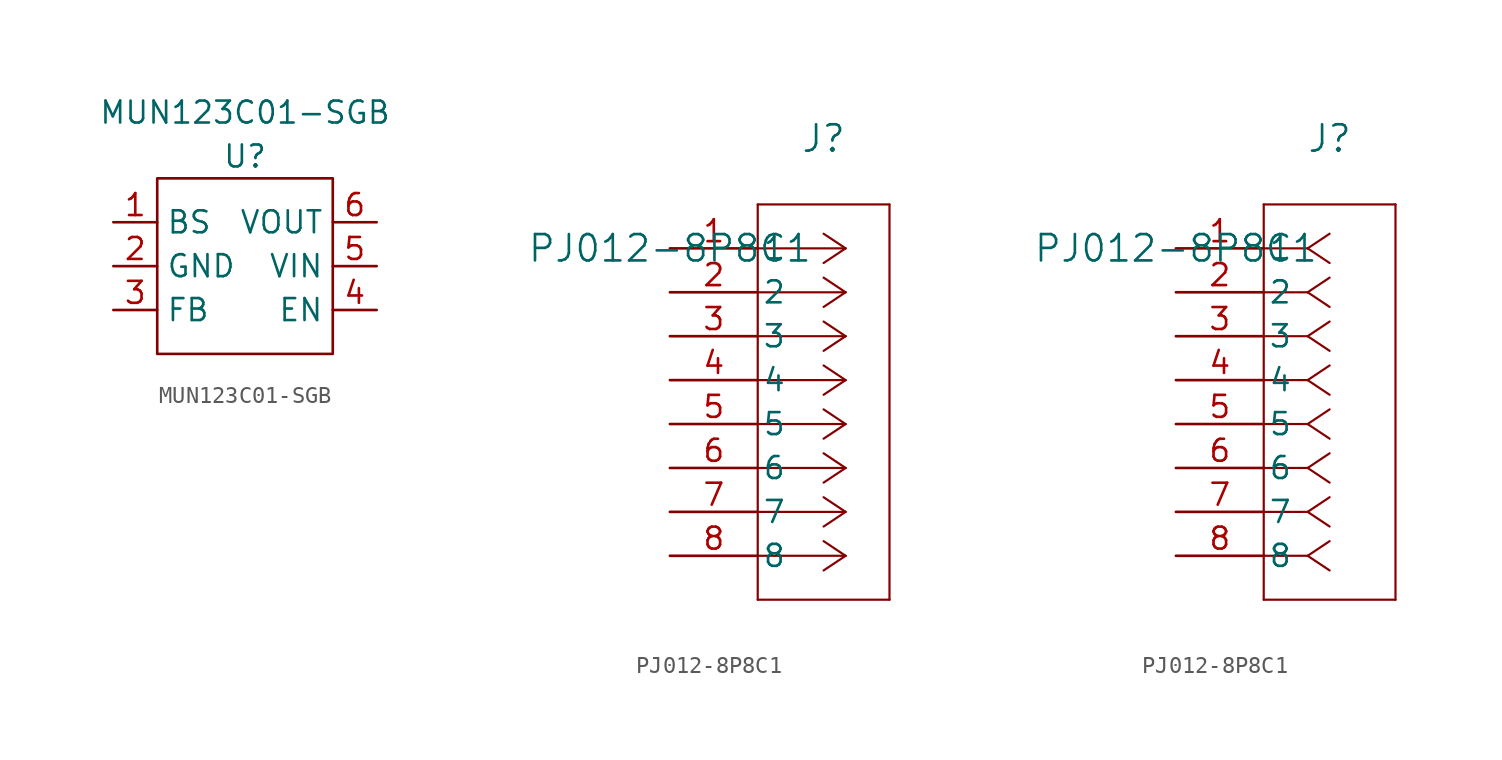
<source format=kicad_sym>
(kicad_symbol_lib
  (version 20211014)
  (generator kicad_symbol_editor)
  (symbol "MUN123C01-SGB"
    (property "Reference" "U"
      (at 0 6.35 0)
      (effects (font (size 1.27 1.27))))
    (property "Value" "MUN123C01-SGB"
      (at 0 8.89 0)
      (effects (font (size 1.27 1.27))))
    (symbol "MUN123C01-SGB_0_1"
      (rectangle (start -5.08 5.08) (end 5.08 -5.08) (stroke (width 0) (type default) (color 0 0 0 0)) (fill (type none))))
    (symbol "MUN123C01-SGB_1_1"
      (pin input line (at -7.62 2.54 0) (length 2.54) (name "BS" (effects (font (size 1.27 1.27)))) (number "1" (effects (font (size 1.27 1.27)))))
      (pin input line (at -7.62 0 0) (length 2.54) (name "GND" (effects (font (size 1.27 1.27)))) (number "2" (effects (font (size 1.27 1.27)))))
      (pin input line (at -7.62 -2.54 0) (length 2.54) (name "FB" (effects (font (size 1.27 1.27)))) (number "3" (effects (font (size 1.27 1.27)))))
      (pin input line (at 7.62 -2.54 180) (length 2.54) (name "EN" (effects (font (size 1.27 1.27)))) (number "4" (effects (font (size 1.27 1.27)))))
      (pin input line (at 7.62 0 180) (length 2.54) (name "VIN" (effects (font (size 1.27 1.27)))) (number "5" (effects (font (size 1.27 1.27)))))
      (pin input line (at 7.62 2.54 180) (length 2.54) (name "VOUT" (effects (font (size 1.27 1.27)))) (number "6" (effects (font (size 1.27 1.27)))))))
  (symbol "PJ012-8P8C1"
    (pin_names
      (offset 0.254))
    (property "Reference" "J"
      (at 8.89 6.35 0)
      (effects (font (size 1.524 1.524))))
    (property "Value" "PJ012-8P8C1"
      (at 0 0 0)
      (effects (font (size 1.524 1.524))))
    (property "ki_locked" ""
      (at 0 0 0)
      (effects (font (size 1.27 1.27))))
    (symbol "PJ012-8P8C1_1_1"
      (polyline (pts (xy 5.08 -20.32) (xy 12.7 -20.32)) (stroke (width 0.127) (type default) (color 0 0 0 0)) (fill (type none)))
      (polyline (pts (xy 5.08 2.54) (xy 5.08 -20.32)) (stroke (width 0.127) (type default) (color 0 0 0 0)) (fill (type none)))
      (polyline (pts (xy 10.16 -17.78) (xy 5.08 -17.78)) (stroke (width 0.127) (type default) (color 0 0 0 0)) (fill (type none)))
      (polyline (pts (xy 10.16 -17.78) (xy 8.89 -18.627)) (stroke (width 0.127) (type default) (color 0 0 0 0)) (fill (type none)))
      (polyline (pts (xy 10.16 -17.78) (xy 8.89 -16.933)) (stroke (width 0.127) (type default) (color 0 0 0 0)) (fill (type none)))
      (polyline (pts (xy 10.16 -15.24) (xy 5.08 -15.24)) (stroke (width 0.127) (type default) (color 0 0 0 0)) (fill (type none)))
      (polyline (pts (xy 10.16 -15.24) (xy 8.89 -16.087)) (stroke (width 0.127) (type default) (color 0 0 0 0)) (fill (type none)))
      (polyline (pts (xy 10.16 -15.24) (xy 8.89 -14.393)) (stroke (width 0.127) (type default) (color 0 0 0 0)) (fill (type none)))
      (polyline (pts (xy 10.16 -12.7) (xy 5.08 -12.7)) (stroke (width 0.127) (type default) (color 0 0 0 0)) (fill (type none)))
      (polyline (pts (xy 10.16 -12.7) (xy 8.89 -13.547)) (stroke (width 0.127) (type default) (color 0 0 0 0)) (fill (type none)))
      (polyline (pts (xy 10.16 -12.7) (xy 8.89 -11.853)) (stroke (width 0.127) (type default) (color 0 0 0 0)) (fill (type none)))
      (polyline (pts (xy 10.16 -10.16) (xy 5.08 -10.16)) (stroke (width 0.127) (type default) (color 0 0 0 0)) (fill (type none)))
      (polyline (pts (xy 10.16 -10.16) (xy 8.89 -11.007)) (stroke (width 0.127) (type default) (color 0 0 0 0)) (fill (type none)))
      (polyline (pts (xy 10.16 -10.16) (xy 8.89 -9.313)) (stroke (width 0.127) (type default) (color 0 0 0 0)) (fill (type none)))
      (polyline (pts (xy 10.16 -7.62) (xy 5.08 -7.62)) (stroke (width 0.127) (type default) (color 0 0 0 0)) (fill (type none)))
      (polyline (pts (xy 10.16 -7.62) (xy 8.89 -8.467)) (stroke (width 0.127) (type default) (color 0 0 0 0)) (fill (type none)))
      (polyline (pts (xy 10.16 -7.62) (xy 8.89 -6.773)) (stroke (width 0.127) (type default) (color 0 0 0 0)) (fill (type none)))
      (polyline (pts (xy 10.16 -5.08) (xy 5.08 -5.08)) (stroke (width 0.127) (type default) (color 0 0 0 0)) (fill (type none)))
      (polyline (pts (xy 10.16 -5.08) (xy 8.89 -5.927)) (stroke (width 0.127) (type default) (color 0 0 0 0)) (fill (type none)))
      (polyline (pts (xy 10.16 -5.08) (xy 8.89 -4.233)) (stroke (width 0.127) (type default) (color 0 0 0 0)) (fill (type none)))
      (polyline (pts (xy 10.16 -2.54) (xy 5.08 -2.54)) (stroke (width 0.127) (type default) (color 0 0 0 0)) (fill (type none)))
      (polyline (pts (xy 10.16 -2.54) (xy 8.89 -3.387)) (stroke (width 0.127) (type default) (color 0 0 0 0)) (fill (type none)))
      (polyline (pts (xy 10.16 -2.54) (xy 8.89 -1.693)) (stroke (width 0.127) (type default) (color 0 0 0 0)) (fill (type none)))
      (polyline (pts (xy 10.16 0) (xy 5.08 0)) (stroke (width 0.127) (type default) (color 0 0 0 0)) (fill (type none)))
      (polyline (pts (xy 10.16 0) (xy 8.89 -0.847)) (stroke (width 0.127) (type default) (color 0 0 0 0)) (fill (type none)))
      (polyline (pts (xy 10.16 0) (xy 8.89 0.847)) (stroke (width 0.127) (type default) (color 0 0 0 0)) (fill (type none)))
      (polyline (pts (xy 12.7 -20.32) (xy 12.7 2.54)) (stroke (width 0.127) (type default) (color 0 0 0 0)) (fill (type none)))
      (polyline (pts (xy 12.7 2.54) (xy 5.08 2.54)) (stroke (width 0.127) (type default) (color 0 0 0 0)) (fill (type none)))
      (pin unspecified line (at 0 0 0) (length 5.08) (name "1" (effects (font (size 1.27 1.27)))) (number "1" (effects (font (size 1.27 1.27)))))
      (pin unspecified line (at 0 -2.54 0) (length 5.08) (name "2" (effects (font (size 1.27 1.27)))) (number "2" (effects (font (size 1.27 1.27)))))
      (pin unspecified line (at 0 -5.08 0) (length 5.08) (name "3" (effects (font (size 1.27 1.27)))) (number "3" (effects (font (size 1.27 1.27)))))
      (pin unspecified line (at 0 -7.62 0) (length 5.08) (name "4" (effects (font (size 1.27 1.27)))) (number "4" (effects (font (size 1.27 1.27)))))
      (pin unspecified line (at 0 -10.16 0) (length 5.08) (name "5" (effects (font (size 1.27 1.27)))) (number "5" (effects (font (size 1.27 1.27)))))
      (pin unspecified line (at 0 -12.7 0) (length 5.08) (name "6" (effects (font (size 1.27 1.27)))) (number "6" (effects (font (size 1.27 1.27)))))
      (pin unspecified line (at 0 -15.24 0) (length 5.08) (name "7" (effects (font (size 1.27 1.27)))) (number "7" (effects (font (size 1.27 1.27)))))
      (pin unspecified line (at 0 -17.78 0) (length 5.08) (name "8" (effects (font (size 1.27 1.27)))) (number "8" (effects (font (size 1.27 1.27))))))
    (symbol "PJ012-8P8C1_1_2"
      (polyline (pts (xy 5.08 -20.32) (xy 12.7 -20.32)) (stroke (width 0.127) (type default) (color 0 0 0 0)) (fill (type none)))
      (polyline (pts (xy 5.08 2.54) (xy 5.08 -20.32)) (stroke (width 0.127) (type default) (color 0 0 0 0)) (fill (type none)))
      (polyline (pts (xy 7.62 -17.78) (xy 5.08 -17.78)) (stroke (width 0.127) (type default) (color 0 0 0 0)) (fill (type none)))
      (polyline (pts (xy 7.62 -17.78) (xy 8.89 -18.627)) (stroke (width 0.127) (type default) (color 0 0 0 0)) (fill (type none)))
      (polyline (pts (xy 7.62 -17.78) (xy 8.89 -16.933)) (stroke (width 0.127) (type default) (color 0 0 0 0)) (fill (type none)))
      (polyline (pts (xy 7.62 -15.24) (xy 5.08 -15.24)) (stroke (width 0.127) (type default) (color 0 0 0 0)) (fill (type none)))
      (polyline (pts (xy 7.62 -15.24) (xy 8.89 -16.087)) (stroke (width 0.127) (type default) (color 0 0 0 0)) (fill (type none)))
      (polyline (pts (xy 7.62 -15.24) (xy 8.89 -14.393)) (stroke (width 0.127) (type default) (color 0 0 0 0)) (fill (type none)))
      (polyline (pts (xy 7.62 -12.7) (xy 5.08 -12.7)) (stroke (width 0.127) (type default) (color 0 0 0 0)) (fill (type none)))
      (polyline (pts (xy 7.62 -12.7) (xy 8.89 -13.547)) (stroke (width 0.127) (type default) (color 0 0 0 0)) (fill (type none)))
      (polyline (pts (xy 7.62 -12.7) (xy 8.89 -11.853)) (stroke (width 0.127) (type default) (color 0 0 0 0)) (fill (type none)))
      (polyline (pts (xy 7.62 -10.16) (xy 5.08 -10.16)) (stroke (width 0.127) (type default) (color 0 0 0 0)) (fill (type none)))
      (polyline (pts (xy 7.62 -10.16) (xy 8.89 -11.007)) (stroke (width 0.127) (type default) (color 0 0 0 0)) (fill (type none)))
      (polyline (pts (xy 7.62 -10.16) (xy 8.89 -9.313)) (stroke (width 0.127) (type default) (color 0 0 0 0)) (fill (type none)))
      (polyline (pts (xy 7.62 -7.62) (xy 5.08 -7.62)) (stroke (width 0.127) (type default) (color 0 0 0 0)) (fill (type none)))
      (polyline (pts (xy 7.62 -7.62) (xy 8.89 -8.467)) (stroke (width 0.127) (type default) (color 0 0 0 0)) (fill (type none)))
      (polyline (pts (xy 7.62 -7.62) (xy 8.89 -6.773)) (stroke (width 0.127) (type default) (color 0 0 0 0)) (fill (type none)))
      (polyline (pts (xy 7.62 -5.08) (xy 5.08 -5.08)) (stroke (width 0.127) (type default) (color 0 0 0 0)) (fill (type none)))
      (polyline (pts (xy 7.62 -5.08) (xy 8.89 -5.927)) (stroke (width 0.127) (type default) (color 0 0 0 0)) (fill (type none)))
      (polyline (pts (xy 7.62 -5.08) (xy 8.89 -4.233)) (stroke (width 0.127) (type default) (color 0 0 0 0)) (fill (type none)))
      (polyline (pts (xy 7.62 -2.54) (xy 5.08 -2.54)) (stroke (width 0.127) (type default) (color 0 0 0 0)) (fill (type none)))
      (polyline (pts (xy 7.62 -2.54) (xy 8.89 -3.387)) (stroke (width 0.127) (type default) (color 0 0 0 0)) (fill (type none)))
      (polyline (pts (xy 7.62 -2.54) (xy 8.89 -1.693)) (stroke (width 0.127) (type default) (color 0 0 0 0)) (fill (type none)))
      (polyline (pts (xy 7.62 0) (xy 5.08 0)) (stroke (width 0.127) (type default) (color 0 0 0 0)) (fill (type none)))
      (polyline (pts (xy 7.62 0) (xy 8.89 -0.847)) (stroke (width 0.127) (type default) (color 0 0 0 0)) (fill (type none)))
      (polyline (pts (xy 7.62 0) (xy 8.89 0.847)) (stroke (width 0.127) (type default) (color 0 0 0 0)) (fill (type none)))
      (polyline (pts (xy 12.7 -20.32) (xy 12.7 2.54)) (stroke (width 0.127) (type default) (color 0 0 0 0)) (fill (type none)))
      (polyline (pts (xy 12.7 2.54) (xy 5.08 2.54)) (stroke (width 0.127) (type default) (color 0 0 0 0)) (fill (type none)))
      (pin unspecified line (at 0 0 0) (length 5.08) (name "1" (effects (font (size 1.27 1.27)))) (number "1" (effects (font (size 1.27 1.27)))))
      (pin unspecified line (at 0 -2.54 0) (length 5.08) (name "2" (effects (font (size 1.27 1.27)))) (number "2" (effects (font (size 1.27 1.27)))))
      (pin unspecified line (at 0 -5.08 0) (length 5.08) (name "3" (effects (font (size 1.27 1.27)))) (number "3" (effects (font (size 1.27 1.27)))))
      (pin unspecified line (at 0 -7.62 0) (length 5.08) (name "4" (effects (font (size 1.27 1.27)))) (number "4" (effects (font (size 1.27 1.27)))))
      (pin unspecified line (at 0 -10.16 0) (length 5.08) (name "5" (effects (font (size 1.27 1.27)))) (number "5" (effects (font (size 1.27 1.27)))))
      (pin unspecified line (at 0 -12.7 0) (length 5.08) (name "6" (effects (font (size 1.27 1.27)))) (number "6" (effects (font (size 1.27 1.27)))))
      (pin unspecified line (at 0 -15.24 0) (length 5.08) (name "7" (effects (font (size 1.27 1.27)))) (number "7" (effects (font (size 1.27 1.27)))))
      (pin unspecified line (at 0 -17.78 0) (length 5.08) (name "8" (effects (font (size 1.27 1.27)))) (number "8" (effects (font (size 1.27 1.27))))))))
</source>
